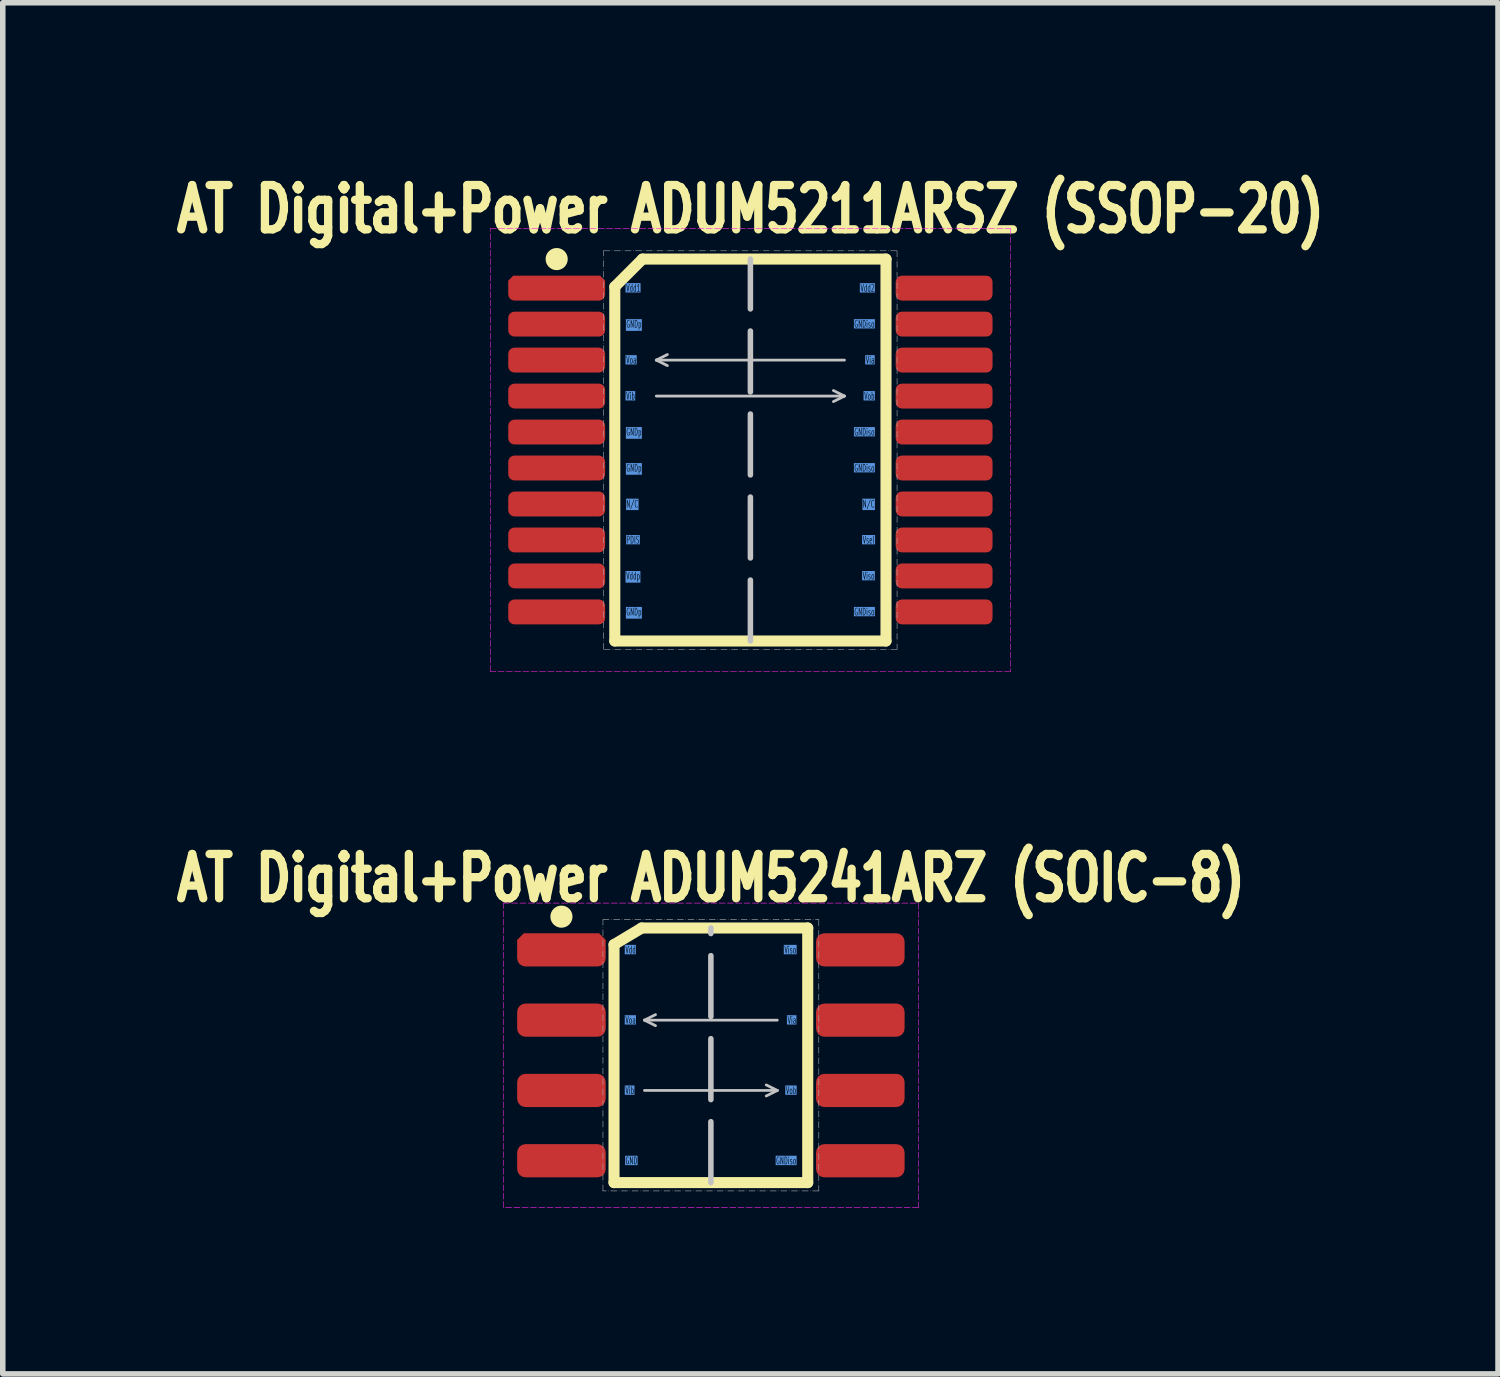
<source format=kicad_pcb>
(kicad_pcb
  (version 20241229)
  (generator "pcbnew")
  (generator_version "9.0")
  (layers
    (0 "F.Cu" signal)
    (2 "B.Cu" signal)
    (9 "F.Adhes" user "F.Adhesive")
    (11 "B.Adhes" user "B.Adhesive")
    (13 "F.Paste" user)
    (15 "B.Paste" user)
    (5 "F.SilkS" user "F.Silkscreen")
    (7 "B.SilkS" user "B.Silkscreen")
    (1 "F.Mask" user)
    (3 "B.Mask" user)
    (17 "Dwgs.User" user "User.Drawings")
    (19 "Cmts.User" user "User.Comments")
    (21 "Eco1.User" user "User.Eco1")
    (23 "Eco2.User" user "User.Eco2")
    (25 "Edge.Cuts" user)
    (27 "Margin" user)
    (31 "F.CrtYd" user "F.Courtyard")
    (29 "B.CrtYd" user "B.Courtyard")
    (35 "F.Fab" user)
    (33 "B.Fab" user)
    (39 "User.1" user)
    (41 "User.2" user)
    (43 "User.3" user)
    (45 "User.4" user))
  (footprint "AT Digital+Power ADUM5241ARZ (SOIC-8)"
    (layer "F.Cu")
    (at 9.794 16.017)
    (property "Reference" "AT Digital+Power ADUM5241ARZ (SOIC-8)" (at 0 -3.2 0) (layer "F.SilkS") (effects (font (size 0.8 0.6) (thickness 0.15))))
    (attr smd)
    (fp_line (start -1.75 -2) (end -1.25 -2.3) (stroke (width 0.2) (type default)) (layer "F.SilkS"))
    (fp_line (start -1.75 2.3) (end -1.75 -2) (stroke (width 0.2) (type default)) (layer "F.SilkS"))
    (fp_line (start -1.25 -2.3) (end 1.75 -2.3) (stroke (width 0.2) (type default)) (layer "F.SilkS"))
    (fp_line (start 1.75 -2.3) (end 1.75 2.3) (stroke (width 0.2) (type default)) (layer "F.SilkS"))
    (fp_line (start 1.75 2.3) (end -1.75 2.3) (stroke (width 0.2) (type default)) (layer "F.SilkS"))
    (fp_circle (center -2.7 -2.505) (end -2.55 -2.505) (stroke (width 0.1) (type solid)) (fill yes) (layer "F.SilkS"))
    (fp_line (start -1 -0.735) (end -1.2 -0.635) (stroke (width 0.05) (type default)) (layer "Dwgs.User"))
    (fp_line (start -1 -0.535) (end -1.2 -0.635) (stroke (width 0.05) (type default)) (layer "Dwgs.User"))
    (fp_line (start 0 2.3) (end 0 -2.3) (stroke (width 0.1) (type dash)) (layer "Dwgs.User"))
    (fp_line (start 1 0.535) (end 1.2 0.635) (stroke (width 0.05) (type default)) (layer "Dwgs.User"))
    (fp_line (start 1 0.735) (end 1.2 0.635) (stroke (width 0.05) (type default)) (layer "Dwgs.User"))
    (fp_line (start 1.2 -0.635) (end -1.2 -0.635) (stroke (width 0.05) (type default)) (layer "Dwgs.User"))
    (fp_line (start 1.2 0.635) (end -1.2 0.635) (stroke (width 0.05) (type default)) (layer "Dwgs.User"))
    (fp_rect (start -3.75 -2.75) (end 3.75 2.75) (stroke (width 0.01) (type dash)) (fill no) (layer "F.CrtYd"))
    (fp_rect (start -1.95 -2.45) (end 1.95 2.45) (stroke (width 0.01) (type dash_dot)) (fill no) (layer "F.Fab"))
    (fp_text user "Voa" (at -1.55 -0.635 0) (layer "Cmts.User" knockout) (effects (font (size 0.13 0.07) (thickness 0.01)) (justify left)))
    (fp_text user "GND" (at -1.55 1.905 0) (layer "Cmts.User" knockout) (effects (font (size 0.13 0.07) (thickness 0.01)) (justify left)))
    (fp_text user "Via" (at 1.55 -0.635 0) (layer "Cmts.User" knockout) (effects (font (size 0.13 0.07) (thickness 0.01)) (justify right)))
    (fp_text user "Vib" (at -1.55 0.635 0) (layer "Cmts.User" knockout) (effects (font (size 0.13 0.07) (thickness 0.01)) (justify left)))
    (fp_text user "Viso" (at 1.55 -1.905 0) (layer "Cmts.User" knockout) (effects (font (size 0.13 0.07) (thickness 0.01) (bold yes)) (justify right)))
    (fp_text user "Vdd" (at -1.55 -1.905 0) (layer "Cmts.User" knockout) (effects (font (size 0.13 0.07) (thickness 0.01)) (justify left)))
    (fp_text user "Vob" (at 1.55 0.635 0) (layer "Cmts.User" knockout) (effects (font (size 0.13 0.07) (thickness 0.01)) (justify right)))
    (fp_text user "GNDiso" (at 1.55 1.905 0) (layer "Cmts.User" knockout) (effects (font (size 0.13 0.07) (thickness 0.01) (bold yes)) (justify right)))
    (pad "1" smd roundrect (at -2.7 -1.905) (size 1.6 0.6) (layers "F.Cu" "F.Mask" "F.Paste") (roundrect_rratio 0.25) (chamfer_ratio 0.2) (chamfer top_left top_right))
    (pad "2" smd roundrect (at -2.7 -0.635) (size 1.6 0.6) (layers "F.Cu" "F.Mask" "F.Paste") (roundrect_rratio 0.25))
    (pad "3" smd roundrect (at -2.7 0.635) (size 1.6 0.6) (layers "F.Cu" "F.Mask" "F.Paste") (roundrect_rratio 0.25))
    (pad "4" smd roundrect (at -2.7 1.905) (size 1.6 0.6) (layers "F.Cu" "F.Mask" "F.Paste") (roundrect_rratio 0.25))
    (pad "5" smd roundrect (at 2.7 1.905) (size 1.6 0.6) (layers "F.Cu" "F.Mask" "F.Paste") (roundrect_rratio 0.25))
    (pad "6" smd roundrect (at 2.7 0.635) (size 1.6 0.6) (layers "F.Cu" "F.Mask" "F.Paste") (roundrect_rratio 0.25))
    (pad "7" smd roundrect (at 2.7 -0.635) (size 1.6 0.6) (layers "F.Cu" "F.Mask" "F.Paste") (roundrect_rratio 0.25))
    (pad "8" smd roundrect (at 2.7 -1.905) (size 1.6 0.6) (layers "F.Cu" "F.Mask" "F.Paste") (roundrect_rratio 0.25)))
  (footprint "AT Digital+Power ADUM5211ARSZ (SSOP-20)"
    (layer "F.Cu")
    (at 10.508 5.081)
    (property "Reference" "AT Digital+Power ADUM5211ARSZ (SSOP-20)" (at 0 -4.35 0) (layer "F.SilkS") (effects (font (size 0.8 0.6) (thickness 0.15))))
    (attr smd)
    (fp_line (start -2.45 -2.95) (end -1.95 -3.45) (stroke (width 0.2) (type default)) (layer "F.SilkS"))
    (fp_line (start -2.45 3.45) (end -2.45 -2.95) (stroke (width 0.2) (type default)) (layer "F.SilkS"))
    (fp_line (start -1.95 -3.45) (end 2.45 -3.45) (stroke (width 0.2) (type default)) (layer "F.SilkS"))
    (fp_line (start 2.45 -3.45) (end 2.45 3.45) (stroke (width 0.2) (type default)) (layer "F.SilkS"))
    (fp_line (start 2.45 3.45) (end -2.45 3.45) (stroke (width 0.2) (type default)) (layer "F.SilkS"))
    (fp_circle (center -3.5 -3.45) (end -3.35 -3.45) (stroke (width 0.1) (type solid)) (fill yes) (layer "F.SilkS"))
    (fp_line (start -1.5 -1.725) (end -1.7 -1.625) (stroke (width 0.05) (type default)) (layer "Dwgs.User"))
    (fp_line (start -1.5 -1.525) (end -1.7 -1.625) (stroke (width 0.05) (type default)) (layer "Dwgs.User"))
    (fp_line (start 0 3.45) (end 0 -3.45) (stroke (width 0.1) (type dash)) (layer "Dwgs.User"))
    (fp_line (start 1.5 -1.075) (end 1.7 -0.975) (stroke (width 0.05) (type default)) (layer "Dwgs.User"))
    (fp_line (start 1.5 -0.875) (end 1.7 -0.975) (stroke (width 0.05) (type default)) (layer "Dwgs.User"))
    (fp_line (start 1.7 -1.625) (end -1.7 -1.625) (stroke (width 0.05) (type default)) (layer "Dwgs.User"))
    (fp_line (start 1.7 -0.975) (end -1.7 -0.975) (stroke (width 0.05) (type default)) (layer "Dwgs.User"))
    (fp_rect (start -4.7 -4) (end 4.7 4) (stroke (width 0.01) (type dash)) (fill no) (layer "F.CrtYd"))
    (fp_rect (start -2.65 -3.6) (end 2.65 3.6) (stroke (width 0.01) (type dash_dot)) (fill no) (layer "F.Fab"))
    (fp_text user "Vddp" (at -2.25 2.275 0) (layer "Cmts.User" knockout) (effects (font (size 0.13 0.07) (thickness 0.01)) (justify left)))
    (fp_text user "GNDp" (at -2.25 2.925 0) (layer "Cmts.User" knockout) (effects (font (size 0.13 0.07) (thickness 0.01)) (justify left)))
    (fp_text user "Via" (at 2.25 -1.625 0) (layer "Cmts.User" knockout) (effects (font (size 0.13 0.07) (thickness 0.01)) (justify right)))
    (fp_text user "N/C" (at 2.25 0.975 0) (layer "Cmts.User" knockout) (effects (font (size 0.13 0.07) (thickness 0.01) (bold yes)) (justify right)))
    (fp_text user "Vib" (at -2.25 -0.975 0) (layer "Cmts.User" knockout) (effects (font (size 0.13 0.07) (thickness 0.01) (bold yes)) (justify left)))
    (fp_text user "N/C" (at -2.25 0.975 0) (layer "Cmts.User" knockout) (effects (font (size 0.13 0.07) (thickness 0.01)) (justify left)))
    (fp_text user "Viso" (at 2.25 2.275 0) (layer "Cmts.User" knockout) (effects (font (size 0.13 0.07) (thickness 0.01)) (justify right)))
    (fp_text user "GNDiso" (at 2.25 0.325 0) (layer "Cmts.User" knockout) (effects (font (size 0.13 0.07) (thickness 0.01)) (justify right)))
    (fp_text user "Vob" (at 2.25 -0.975 0) (layer "Cmts.User" knockout) (effects (font (size 0.13 0.07) (thickness 0.01)) (justify right)))
    (fp_text user "Vdd2" (at 2.25 -2.925 0) (layer "Cmts.User" knockout) (effects (font (size 0.13 0.07) (thickness 0.01)) (justify right)))
    (fp_text user "GNDp" (at -2.25 -0.325 0) (layer "Cmts.User" knockout) (effects (font (size 0.13 0.07) (thickness 0.01)) (justify left)))
    (fp_text user "GNDiso" (at 2.25 -0.325 0) (layer "Cmts.User" knockout) (effects (font (size 0.13 0.07) (thickness 0.01)) (justify right)))
    (fp_text user "GNDiso" (at 2.25 2.925 0) (layer "Cmts.User" knockout) (effects (font (size 0.13 0.07) (thickness 0.01)) (justify right)))
    (fp_text user "GNDp" (at -2.25 -2.275 0) (layer "Cmts.User" knockout) (effects (font (size 0.13 0.07) (thickness 0.01)) (justify left)))
    (fp_text user "Vdd1" (at -2.25 -2.925 0) (layer "Cmts.User" knockout) (effects (font (size 0.13 0.07) (thickness 0.01)) (justify left)))
    (fp_text user "PDIS" (at -2.25 1.625 0) (layer "Cmts.User" knockout) (effects (font (size 0.13 0.07) (thickness 0.01)) (justify left)))
    (fp_text user "GNDp" (at -2.25 0.325 0) (layer "Cmts.User" knockout) (effects (font (size 0.13 0.07) (thickness 0.01) (bold yes)) (justify left)))
    (fp_text user "Voa" (at -2.25 -1.625 0) (layer "Cmts.User" knockout) (effects (font (size 0.13 0.07) (thickness 0.01)) (justify left)))
    (fp_text user "Vsel" (at 2.25 1.625 0) (layer "Cmts.User" knockout) (effects (font (size 0.13 0.07) (thickness 0.01) (bold yes)) (justify right)))
    (fp_text user "GNDiso" (at 2.25 -2.275 0) (layer "Cmts.User" knockout) (effects (font (size 0.13 0.07) (thickness 0.01)) (justify right)))
    (pad "1" smd roundrect (at -3.5 -2.925) (size 1.75 0.45) (layers "F.Cu" "F.Mask" "F.Paste") (roundrect_rratio 0.25) (chamfer_ratio 0.2) (chamfer top_left top_right))
    (pad "2" smd roundrect (at -3.5 -2.275) (size 1.75 0.45) (layers "F.Cu" "F.Mask" "F.Paste") (roundrect_rratio 0.25))
    (pad "3" smd roundrect (at -3.5 -1.625) (size 1.75 0.45) (layers "F.Cu" "F.Mask" "F.Paste") (roundrect_rratio 0.25))
    (pad "4" smd roundrect (at -3.5 -0.975) (size 1.75 0.45) (layers "F.Cu" "F.Mask" "F.Paste") (roundrect_rratio 0.25))
    (pad "5" smd roundrect (at -3.5 -0.325) (size 1.75 0.45) (layers "F.Cu" "F.Mask" "F.Paste") (roundrect_rratio 0.25))
    (pad "6" smd roundrect (at -3.5 0.325) (size 1.75 0.45) (layers "F.Cu" "F.Mask" "F.Paste") (roundrect_rratio 0.25))
    (pad "7" smd roundrect (at -3.5 0.975) (size 1.75 0.45) (layers "F.Cu" "F.Mask" "F.Paste") (roundrect_rratio 0.25))
    (pad "8" smd roundrect (at -3.5 1.625) (size 1.75 0.45) (layers "F.Cu" "F.Mask" "F.Paste") (roundrect_rratio 0.25))
    (pad "9" smd roundrect (at -3.5 2.275) (size 1.75 0.45) (layers "F.Cu" "F.Mask" "F.Paste") (roundrect_rratio 0.25))
    (pad "10" smd roundrect (at -3.5 2.925) (size 1.75 0.45) (layers "F.Cu" "F.Mask" "F.Paste") (roundrect_rratio 0.25))
    (pad "11" smd roundrect (at 3.5 2.925) (size 1.75 0.45) (layers "F.Cu" "F.Mask" "F.Paste") (roundrect_rratio 0.25))
    (pad "12" smd roundrect (at 3.5 2.275) (size 1.75 0.45) (layers "F.Cu" "F.Mask" "F.Paste") (roundrect_rratio 0.25))
    (pad "13" smd roundrect (at 3.5 1.625) (size 1.75 0.45) (layers "F.Cu" "F.Mask" "F.Paste") (roundrect_rratio 0.25))
    (pad "14" smd roundrect (at 3.5 0.975) (size 1.75 0.45) (layers "F.Cu" "F.Mask" "F.Paste") (roundrect_rratio 0.25))
    (pad "15" smd roundrect (at 3.5 0.325) (size 1.75 0.45) (layers "F.Cu" "F.Mask" "F.Paste") (roundrect_rratio 0.25))
    (pad "16" smd roundrect (at 3.5 -0.325) (size 1.75 0.45) (layers "F.Cu" "F.Mask" "F.Paste") (roundrect_rratio 0.25))
    (pad "17" smd roundrect (at 3.5 -0.975) (size 1.75 0.45) (layers "F.Cu" "F.Mask" "F.Paste") (roundrect_rratio 0.25))
    (pad "18" smd roundrect (at 3.5 -1.625) (size 1.75 0.45) (layers "F.Cu" "F.Mask" "F.Paste") (roundrect_rratio 0.25))
    (pad "19" smd roundrect (at 3.5 -2.275) (size 1.75 0.45) (layers "F.Cu" "F.Mask" "F.Paste") (roundrect_rratio 0.25))
    (pad "20" smd roundrect (at 3.5 -2.925) (size 1.75 0.45) (layers "F.Cu" "F.Mask" "F.Paste") (roundrect_rratio 0.25)))
  (gr_rect
    (start -3 -3)
    (end 24.016 21.773)
    (stroke (width 0.1) (type default))
    (fill no)
    (layer "Edge.Cuts")))
</source>
